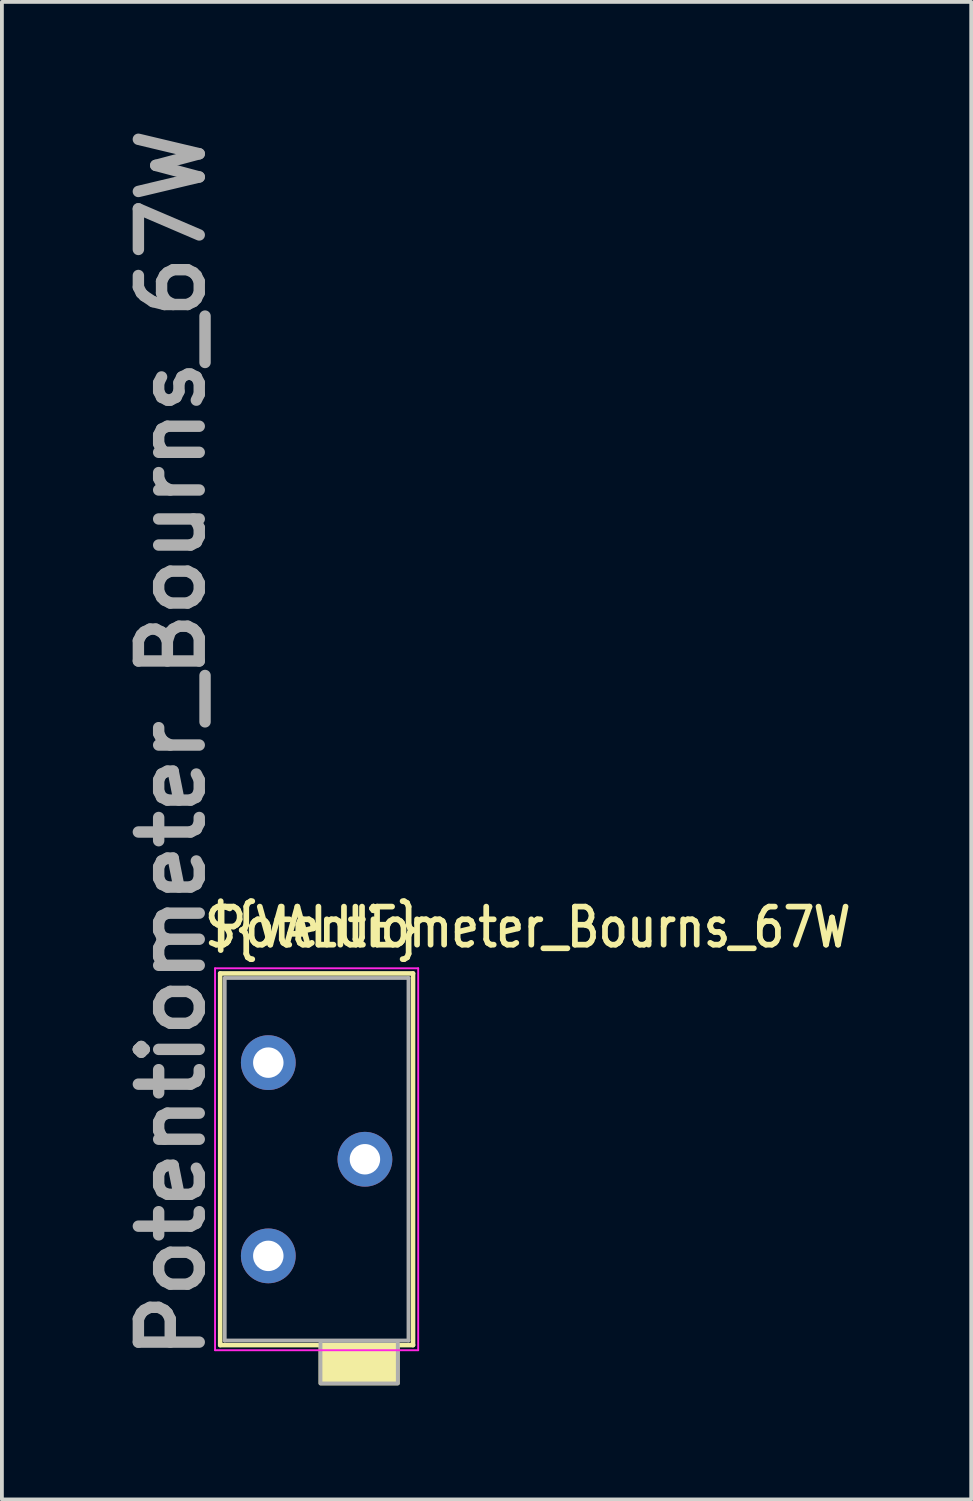
<source format=kicad_pcb>
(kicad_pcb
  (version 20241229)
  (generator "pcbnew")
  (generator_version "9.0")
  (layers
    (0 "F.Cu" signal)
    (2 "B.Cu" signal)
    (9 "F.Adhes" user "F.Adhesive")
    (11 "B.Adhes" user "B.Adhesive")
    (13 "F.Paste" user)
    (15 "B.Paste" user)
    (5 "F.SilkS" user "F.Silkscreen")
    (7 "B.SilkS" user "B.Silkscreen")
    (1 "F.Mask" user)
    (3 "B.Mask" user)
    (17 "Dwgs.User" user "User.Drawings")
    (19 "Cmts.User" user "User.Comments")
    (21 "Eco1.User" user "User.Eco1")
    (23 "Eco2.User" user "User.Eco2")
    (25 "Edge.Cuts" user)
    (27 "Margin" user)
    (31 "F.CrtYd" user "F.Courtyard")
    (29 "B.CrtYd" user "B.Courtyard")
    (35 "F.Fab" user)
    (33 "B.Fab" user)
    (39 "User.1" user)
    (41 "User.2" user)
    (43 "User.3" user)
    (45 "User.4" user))
  (footprint "Potentiometer_Bourns_67W"
    (layer "F.Cu")
    (at 4.003 24.884)
    (property "Reference" "Potentiometer_Bourns_67W" (at -1.524 -3.556 0) (layer "F.SilkS") (effects (font (size 1 0.83) (thickness 0.15)) (justify left)))
    (property "Value" "${VALUE}" (at 5.08 2.54 90) (layer "F.Fab") (hide yes) (effects (font (size 1 0.83) (thickness 0.15))))
    (attr through_hole)
    (fp_line (start -1.265 -2.345) (end -1.265 7.425) (stroke (width 0.12) (type solid)) (layer "F.SilkS"))
    (fp_line (start -1.265 -2.345) (end 3.805 -2.345) (stroke (width 0.12) (type solid)) (layer "F.SilkS"))
    (fp_line (start -1.265 7.425) (end 3.805 7.425) (stroke (width 0.12) (type solid)) (layer "F.SilkS"))
    (fp_line (start 3.805 -2.345) (end 3.805 7.425) (stroke (width 0.12) (type solid)) (layer "F.SilkS"))
    (fp_poly (pts (xy 3.404 8.433) (xy 1.372 8.433) (xy 1.372 7.417) (xy 3.404 7.417)) (stroke (width 0.1) (type solid)) (fill yes) (layer "F.SilkS"))
    (fp_line (start -1.4 -2.48) (end -1.4 7.56) (stroke (width 0.05) (type solid)) (layer "F.CrtYd"))
    (fp_line (start -1.4 7.56) (end 3.94 7.56) (stroke (width 0.05) (type solid)) (layer "F.CrtYd"))
    (fp_line (start 3.94 -2.48) (end -1.4 -2.48) (stroke (width 0.05) (type solid)) (layer "F.CrtYd"))
    (fp_line (start 3.94 7.56) (end 3.94 -2.48) (stroke (width 0.05) (type solid)) (layer "F.CrtYd"))
    (fp_line (start -1.145 -2.225) (end 3.685 -2.225) (stroke (width 0.1) (type solid)) (layer "F.Fab"))
    (fp_line (start -1.145 7.305) (end -1.145 -2.225) (stroke (width 0.1) (type solid)) (layer "F.Fab"))
    (fp_line (start 3.685 -2.225) (end 3.685 7.305) (stroke (width 0.1) (type solid)) (layer "F.Fab"))
    (fp_line (start 3.685 7.305) (end -1.145 7.305) (stroke (width 0.1) (type solid)) (layer "F.Fab"))
    (fp_poly (pts (xy 3.404 8.433) (xy 1.372 8.433) (xy 1.372 7.315) (xy 3.404 7.315)) (stroke (width 0.1) (type solid)) (fill no) (layer "F.Fab"))
    (fp_text user "${VALUE}" (at 4.064 -3.556 180) (layer "F.SilkS") (effects (font (size 1 0.83) (thickness 0.15)) (justify right)))
    (fp_text user "${REFERENCE}" (at -2.54 7.925 90) (layer "F.Fab") (effects (font (size 1.6 1.6) (thickness 0.3)) (justify left)))
    (pad "1" thru_hole circle (at 0 5.08) (size 1.44 1.44) (drill 0.8) (layers "*.Cu" "*.Mask"))
    (pad "2" thru_hole circle (at 2.54 2.54) (size 1.44 1.44) (drill 0.8) (layers "*.Cu" "*.Mask"))
    (pad "3" thru_hole circle (at 0 0) (size 1.44 1.44) (drill 0.8) (layers "*.Cu" "*.Mask")))
  (gr_rect
    (start -3 -3)
    (end 22.481 36.367)
    (stroke (width 0.1) (type default))
    (fill no)
    (layer "Edge.Cuts")))
</source>
